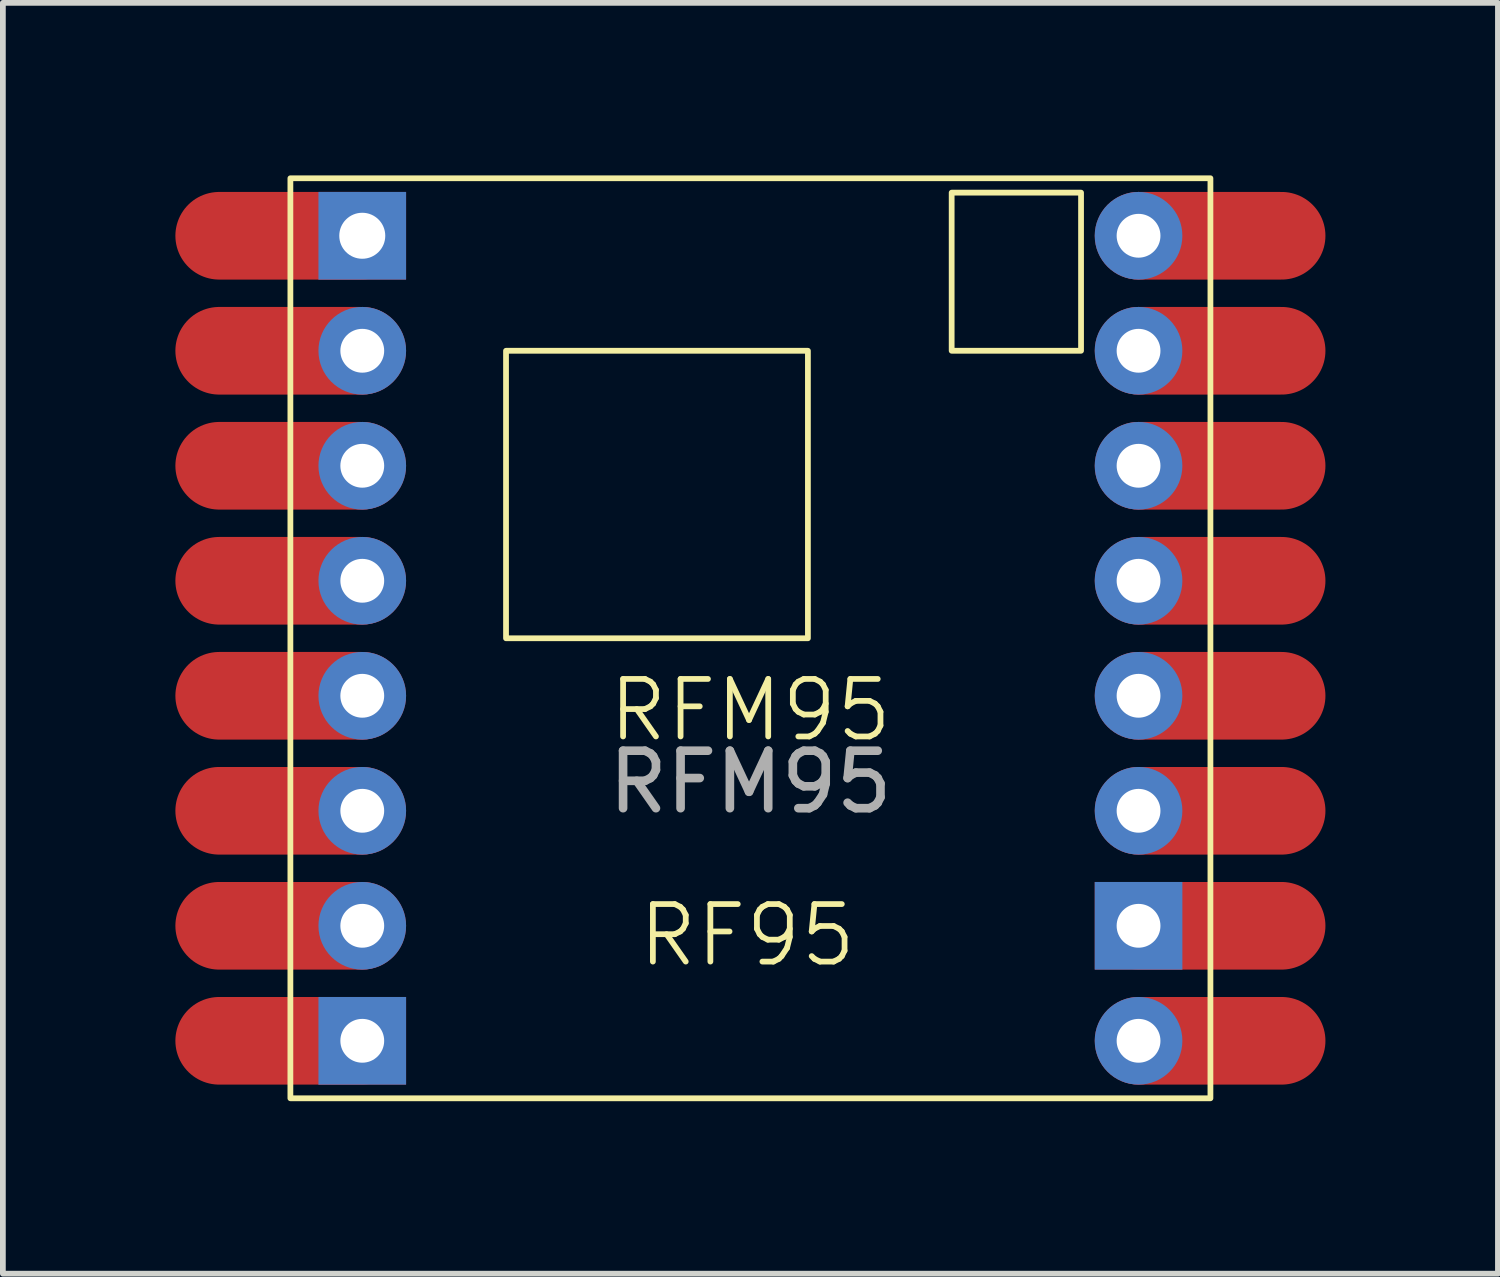
<source format=kicad_pcb>
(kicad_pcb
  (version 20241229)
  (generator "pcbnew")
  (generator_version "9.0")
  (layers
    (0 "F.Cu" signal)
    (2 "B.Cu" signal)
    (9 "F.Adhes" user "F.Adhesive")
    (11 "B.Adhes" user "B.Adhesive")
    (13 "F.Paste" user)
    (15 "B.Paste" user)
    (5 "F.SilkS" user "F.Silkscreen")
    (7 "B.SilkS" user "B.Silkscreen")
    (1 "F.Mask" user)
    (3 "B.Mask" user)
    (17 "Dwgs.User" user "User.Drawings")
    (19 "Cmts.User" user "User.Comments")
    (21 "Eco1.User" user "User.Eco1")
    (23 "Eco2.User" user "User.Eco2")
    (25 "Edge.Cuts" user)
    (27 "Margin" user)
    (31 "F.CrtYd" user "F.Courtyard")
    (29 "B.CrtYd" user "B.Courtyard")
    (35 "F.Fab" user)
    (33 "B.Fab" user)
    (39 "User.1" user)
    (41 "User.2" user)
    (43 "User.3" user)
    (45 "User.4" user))
  (footprint "RFM95"
    (layer "F.Cu")
    (at 10 8.05)
    (property "Reference" "RFM95" (at 0 1.25 0) (unlocked yes) (layer "F.SilkS") (effects (font (size 1 1) (thickness 0.1))))
    (attr through_hole)
    (fp_rect (start -8 -8) (end 8 8) (stroke (width 0.1) (type default)) (fill no) (layer "F.SilkS"))
    (fp_rect (start -4.25 -5) (end 1 0) (stroke (width 0.1) (type default)) (fill no) (layer "F.SilkS"))
    (fp_rect (start 3.5 -7.75) (end 5.75 -5) (stroke (width 0.1) (type default)) (fill no) (layer "F.SilkS"))
    (fp_text user "RF95" (at -2 5.75 0) (unlocked yes) (layer "F.SilkS") (effects (font (size 1 1) (thickness 0.1)) (justify left bottom)))
    (fp_text user "${REFERENCE}" (at 0 2.5 0) (unlocked yes) (layer "F.Fab") (effects (font (size 1 1) (thickness 0.15))))
    (pad "3v3" thru_hole circle (at 6.75 -1) (size 1.524 1.524) (drill 0.762) (layers "*.Cu" "*.Mask"))
    (pad "3v3" connect oval (at 8 -1) (size 4 1.524) (layers "F.Cu" "F.Mask"))
    (pad "ant" thru_hole circle (at 6.75 7) (size 1.524 1.524) (drill 0.762) (layers "*.Cu" "*.Mask"))
    (pad "ant" connect oval (at 8 7) (size 4 1.524) (layers "F.Cu" "F.Mask"))
    (pad "dio0" thru_hole circle (at 6.75 -3) (size 1.524 1.524) (drill 0.762) (layers "*.Cu" "*.Mask"))
    (pad "dio0" connect oval (at 8 -3) (size 4 1.524) (layers "F.Cu" "F.Mask"))
    (pad "dio1" thru_hole circle (at 6.75 -5) (size 1.524 1.524) (drill 0.762) (layers "*.Cu" "*.Mask"))
    (pad "dio1" connect oval (at 8 -5) (size 4 1.524) (layers "F.Cu" "F.Mask"))
    (pad "dio2" thru_hole circle (at 6.75 -7) (size 1.524 1.524) (drill 0.762) (layers "*.Cu" "*.Mask"))
    (pad "dio2" connect oval (at 8 -7) (size 4 1.524) (layers "F.Cu" "F.Mask"))
    (pad "dio3" thru_hole circle (at 6.75 3) (size 1.524 1.524) (drill 0.762) (layers "*.Cu" "*.Mask"))
    (pad "dio3" connect oval (at 8 3) (size 4 1.524) (layers "F.Cu" "F.Mask"))
    (pad "dio4" thru_hole circle (at 6.75 1) (size 1.524 1.524) (drill 0.762) (layers "*.Cu" "*.Mask"))
    (pad "dio4" connect oval (at 8 1) (size 4 1.524) (layers "F.Cu" "F.Mask"))
    (pad "dio5" connect oval (at -8 5) (size 4 1.524) (layers "F.Cu" "F.Mask"))
    (pad "dio5" thru_hole circle (at -6.75 5) (size 1.524 1.524) (drill 0.762) (layers "*.Cu" "*.Mask"))
    (pad "gnd" connect oval (at -8 -7) (size 4 1.524) (layers "F.Cu" "F.Mask"))
    (pad "gnd" connect oval (at -8 7) (size 4 1.524) (layers "F.Cu" "F.Mask"))
    (pad "gnd" thru_hole rect (at -6.75 -7) (size 1.524 1.524) (drill 0.8) (layers "*.Cu" "*.Mask"))
    (pad "gnd" thru_hole rect (at -6.75 7) (size 1.524 1.524) (drill 0.762) (layers "*.Cu" "*.Mask"))
    (pad "gnd" thru_hole rect (at 6.75 5) (size 1.524 1.524) (drill 0.762) (layers "*.Cu" "*.Mask"))
    (pad "gnd" connect oval (at 8 5) (size 4 1.524) (layers "F.Cu" "F.Mask"))
    (pad "miso" connect oval (at -8 -5) (size 4 1.524) (layers "F.Cu" "F.Mask"))
    (pad "miso" thru_hole circle (at -6.75 -5) (size 1.524 1.524) (drill 0.762) (layers "*.Cu" "*.Mask"))
    (pad "mosi" connect oval (at -8 -3) (size 4 1.524) (layers "F.Cu" "F.Mask"))
    (pad "mosi" thru_hole circle (at -6.75 -3) (size 1.524 1.524) (drill 0.762) (layers "*.Cu" "*.Mask"))
    (pad "nss" connect oval (at -8 1) (size 4 1.524) (layers "F.Cu" "F.Mask"))
    (pad "nss" thru_hole circle (at -6.75 1) (size 1.524 1.524) (drill 0.762) (layers "*.Cu" "*.Mask"))
    (pad "rst" connect oval (at -8 3) (size 4 1.524) (layers "F.Cu" "F.Mask"))
    (pad "rst" thru_hole circle (at -6.75 3) (size 1.524 1.524) (drill 0.762) (layers "*.Cu" "*.Mask"))
    (pad "sck" connect oval (at -8 -1) (size 4 1.524) (layers "F.Cu" "F.Mask"))
    (pad "sck" thru_hole circle (at -6.75 -1) (size 1.524 1.524) (drill 0.762) (layers "*.Cu" "*.Mask")))
  (gr_rect
    (start -3 -3)
    (end 23 19.1)
    (stroke (width 0.1) (type default))
    (fill no)
    (layer "Edge.Cuts")))
</source>
